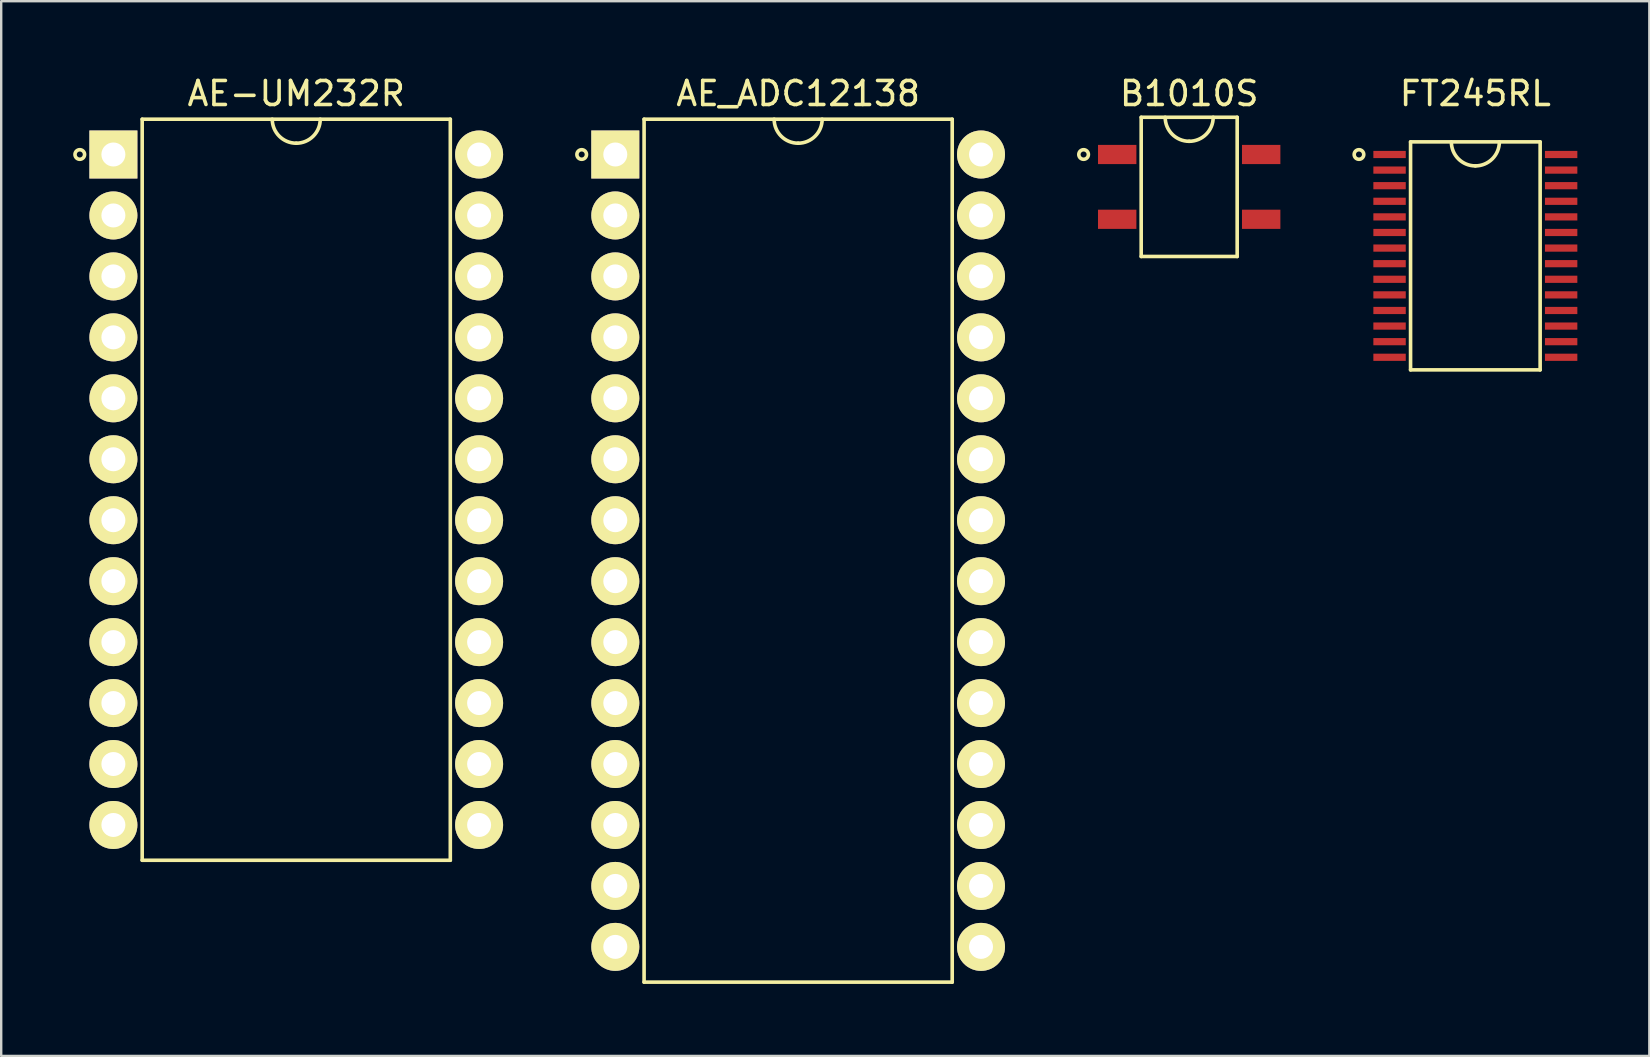
<source format=kicad_pcb>
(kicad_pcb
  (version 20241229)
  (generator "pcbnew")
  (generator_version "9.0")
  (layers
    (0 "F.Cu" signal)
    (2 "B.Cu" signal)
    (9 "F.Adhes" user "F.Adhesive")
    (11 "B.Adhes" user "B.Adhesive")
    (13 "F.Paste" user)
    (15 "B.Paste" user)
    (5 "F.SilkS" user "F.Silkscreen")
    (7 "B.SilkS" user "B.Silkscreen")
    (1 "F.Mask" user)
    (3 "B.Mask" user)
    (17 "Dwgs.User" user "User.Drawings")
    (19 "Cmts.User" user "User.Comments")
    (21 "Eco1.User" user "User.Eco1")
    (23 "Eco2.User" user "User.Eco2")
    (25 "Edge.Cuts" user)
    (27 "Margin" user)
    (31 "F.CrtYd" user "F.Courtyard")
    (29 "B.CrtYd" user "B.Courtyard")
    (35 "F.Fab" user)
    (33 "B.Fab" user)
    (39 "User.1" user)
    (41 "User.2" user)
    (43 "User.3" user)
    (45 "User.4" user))
  (footprint "B1010S"
    (layer "F.Cu")
    (at 43.505 3.388)
    (property "Reference" "B1010S" (at 3 -2.54 0) (layer "F.SilkS") (effects (font (size 1 1) (thickness 0.15))))
    (attr through_hole)
    (fp_line (start 1 -1.55) (end 5 -1.55) (stroke (width 0.15) (type solid)) (layer "F.SilkS"))
    (fp_line (start 1 4.25) (end 1 -1.55) (stroke (width 0.15) (type solid)) (layer "F.SilkS"))
    (fp_line (start 5 -1.55) (end 5 4.25) (stroke (width 0.15) (type solid)) (layer "F.SilkS"))
    (fp_line (start 5 4.25) (end 1 4.25) (stroke (width 0.15) (type solid)) (layer "F.SilkS"))
    (fp_arc (start 3 -0.55) (mid 2.292893 -0.842893) (end 2 -1.55) (stroke (width 0.15) (type solid)) (layer "F.SilkS"))
    (fp_arc (start 4 -1.55) (mid 3.707107 -0.842893) (end 3 -0.55) (stroke (width 0.15) (type solid)) (layer "F.SilkS"))
    (fp_circle (center -1.4 0) (end -1.4 0.2) (stroke (width 0.15) (type solid)) (fill no) (layer "F.SilkS"))
    (pad "1" smd rect (at 0 0) (size 1.6 0.8) (layers "F.Cu" "F.Mask" "F.Paste"))
    (pad "2" smd rect (at 0 2.7) (size 1.6 0.8) (layers "F.Cu" "F.Mask" "F.Paste"))
    (pad "3" smd rect (at 6 2.7) (size 1.6 0.8) (layers "F.Cu" "F.Mask" "F.Paste"))
    (pad "4" smd rect (at 6 0) (size 1.6 0.8) (layers "F.Cu" "F.Mask" "F.Paste")))
  (footprint "AE_ADC12138"
    (layer "F.Cu")
    (at 22.59 3.388)
    (property "Reference" "AE_ADC12138" (at 7.62 -2.54 0) (layer "F.SilkS") (effects (font (size 1 1) (thickness 0.15))))
    (attr through_hole)
    (fp_line (start 1.2 -1.47) (end 14.04 -1.47) (stroke (width 0.15) (type solid)) (layer "F.SilkS"))
    (fp_line (start 1.2 34.49) (end 1.2 -1.47) (stroke (width 0.15) (type solid)) (layer "F.SilkS"))
    (fp_line (start 14.04 -1.47) (end 14.04 34.49) (stroke (width 0.15) (type solid)) (layer "F.SilkS"))
    (fp_line (start 14.04 34.49) (end 1.2 34.49) (stroke (width 0.15) (type solid)) (layer "F.SilkS"))
    (fp_arc (start 7.62 -0.47) (mid 6.912893 -0.762893) (end 6.62 -1.47) (stroke (width 0.15) (type solid)) (layer "F.SilkS"))
    (fp_arc (start 8.62 -1.47) (mid 8.327107 -0.762893) (end 7.62 -0.47) (stroke (width 0.15) (type solid)) (layer "F.SilkS"))
    (fp_circle (center -1.4 0) (end -1.4 0.2) (stroke (width 0.15) (type solid)) (fill no) (layer "F.SilkS"))
    (pad "1" thru_hole rect (at 0 0) (size 2 2) (drill 1) (layers "*.Cu" "*.Mask" "F.SilkS"))
    (pad "2" thru_hole circle (at 0 2.54) (size 2 2) (drill 1) (layers "*.Cu" "*.Mask" "F.SilkS"))
    (pad "3" thru_hole circle (at 0 5.08) (size 2 2) (drill 1) (layers "*.Cu" "*.Mask" "F.SilkS"))
    (pad "4" thru_hole circle (at 0 7.62) (size 2 2) (drill 1) (layers "*.Cu" "*.Mask" "F.SilkS"))
    (pad "5" thru_hole circle (at 0 10.16) (size 2 2) (drill 1) (layers "*.Cu" "*.Mask" "F.SilkS"))
    (pad "6" thru_hole circle (at 0 12.7) (size 2 2) (drill 1) (layers "*.Cu" "*.Mask" "F.SilkS"))
    (pad "7" thru_hole circle (at 0 15.24) (size 2 2) (drill 1) (layers "*.Cu" "*.Mask" "F.SilkS"))
    (pad "8" thru_hole circle (at 0 17.78) (size 2 2) (drill 1) (layers "*.Cu" "*.Mask" "F.SilkS"))
    (pad "9" thru_hole circle (at 0 20.32) (size 2 2) (drill 1) (layers "*.Cu" "*.Mask" "F.SilkS"))
    (pad "10" thru_hole circle (at 0 22.86) (size 2 2) (drill 1) (layers "*.Cu" "*.Mask" "F.SilkS"))
    (pad "11" thru_hole circle (at 0 25.4) (size 2 2) (drill 1) (layers "*.Cu" "*.Mask" "F.SilkS"))
    (pad "12" thru_hole circle (at 0 27.94) (size 2 2) (drill 1) (layers "*.Cu" "*.Mask" "F.SilkS"))
    (pad "13" thru_hole circle (at 0 30.48) (size 2 2) (drill 1) (layers "*.Cu" "*.Mask" "F.SilkS"))
    (pad "14" thru_hole circle (at 0 33.02) (size 2 2) (drill 1) (layers "*.Cu" "*.Mask" "F.SilkS"))
    (pad "15" thru_hole circle (at 15.24 33.02) (size 2 2) (drill 1) (layers "*.Cu" "*.Mask" "F.SilkS"))
    (pad "16" thru_hole circle (at 15.24 30.48) (size 2 2) (drill 1) (layers "*.Cu" "*.Mask" "F.SilkS"))
    (pad "17" thru_hole circle (at 15.24 27.94) (size 2 2) (drill 1) (layers "*.Cu" "*.Mask" "F.SilkS"))
    (pad "18" thru_hole circle (at 15.24 25.4) (size 2 2) (drill 1) (layers "*.Cu" "*.Mask" "F.SilkS"))
    (pad "19" thru_hole circle (at 15.24 22.86) (size 2 2) (drill 1) (layers "*.Cu" "*.Mask" "F.SilkS"))
    (pad "20" thru_hole circle (at 15.24 20.32) (size 2 2) (drill 1) (layers "*.Cu" "*.Mask" "F.SilkS"))
    (pad "21" thru_hole circle (at 15.24 17.78) (size 2 2) (drill 1) (layers "*.Cu" "*.Mask" "F.SilkS"))
    (pad "22" thru_hole circle (at 15.24 15.24) (size 2 2) (drill 1) (layers "*.Cu" "*.Mask" "F.SilkS"))
    (pad "23" thru_hole circle (at 15.24 12.7) (size 2 2) (drill 1) (layers "*.Cu" "*.Mask" "F.SilkS"))
    (pad "24" thru_hole circle (at 15.24 10.16) (size 2 2) (drill 1) (layers "*.Cu" "*.Mask" "F.SilkS"))
    (pad "25" thru_hole circle (at 15.24 7.62) (size 2 2) (drill 1) (layers "*.Cu" "*.Mask" "F.SilkS"))
    (pad "26" thru_hole circle (at 15.24 5.08) (size 2 2) (drill 1) (layers "*.Cu" "*.Mask" "F.SilkS"))
    (pad "27" thru_hole circle (at 15.24 2.54) (size 2 2) (drill 1) (layers "*.Cu" "*.Mask" "F.SilkS"))
    (pad "28" thru_hole circle (at 15.24 0) (size 2 2) (drill 1) (layers "*.Cu" "*.Mask" "F.SilkS")))
  (footprint "AE-UM232R"
    (layer "F.Cu")
    (at 1.675 3.388)
    (property "Reference" "AE-UM232R" (at 7.62 -2.54 0) (layer "F.SilkS") (effects (font (size 1 1) (thickness 0.15))))
    (attr through_hole)
    (fp_line (start 1.2 -1.47) (end 14.04 -1.47) (stroke (width 0.15) (type solid)) (layer "F.SilkS"))
    (fp_line (start 1.2 29.41) (end 1.2 -1.47) (stroke (width 0.15) (type solid)) (layer "F.SilkS"))
    (fp_line (start 14.04 -1.47) (end 14.04 29.41) (stroke (width 0.15) (type solid)) (layer "F.SilkS"))
    (fp_line (start 14.04 29.41) (end 1.2 29.41) (stroke (width 0.15) (type solid)) (layer "F.SilkS"))
    (fp_arc (start 7.62 -0.47) (mid 6.912893 -0.762893) (end 6.62 -1.47) (stroke (width 0.15) (type solid)) (layer "F.SilkS"))
    (fp_arc (start 8.62 -1.47) (mid 8.327107 -0.762893) (end 7.62 -0.47) (stroke (width 0.15) (type solid)) (layer "F.SilkS"))
    (fp_circle (center -1.4 0) (end -1.4 0.2) (stroke (width 0.15) (type solid)) (fill no) (layer "F.SilkS"))
    (pad "1" thru_hole rect (at 0 0) (size 2 2) (drill 1) (layers "*.Cu" "*.Mask" "F.SilkS"))
    (pad "2" thru_hole circle (at 0 2.54) (size 2 2) (drill 1) (layers "*.Cu" "*.Mask" "F.SilkS"))
    (pad "3" thru_hole circle (at 0 5.08) (size 2 2) (drill 1) (layers "*.Cu" "*.Mask" "F.SilkS"))
    (pad "4" thru_hole circle (at 0 7.62) (size 2 2) (drill 1) (layers "*.Cu" "*.Mask" "F.SilkS"))
    (pad "5" thru_hole circle (at 0 10.16) (size 2 2) (drill 1) (layers "*.Cu" "*.Mask" "F.SilkS"))
    (pad "6" thru_hole circle (at 0 12.7) (size 2 2) (drill 1) (layers "*.Cu" "*.Mask" "F.SilkS"))
    (pad "7" thru_hole circle (at 0 15.24) (size 2 2) (drill 1) (layers "*.Cu" "*.Mask" "F.SilkS"))
    (pad "8" thru_hole circle (at 0 17.78) (size 2 2) (drill 1) (layers "*.Cu" "*.Mask" "F.SilkS"))
    (pad "9" thru_hole circle (at 0 20.32) (size 2 2) (drill 1) (layers "*.Cu" "*.Mask" "F.SilkS"))
    (pad "10" thru_hole circle (at 0 22.86) (size 2 2) (drill 1) (layers "*.Cu" "*.Mask" "F.SilkS"))
    (pad "11" thru_hole circle (at 0 25.4) (size 2 2) (drill 1) (layers "*.Cu" "*.Mask" "F.SilkS"))
    (pad "12" thru_hole circle (at 0 27.94) (size 2 2) (drill 1) (layers "*.Cu" "*.Mask" "F.SilkS"))
    (pad "13" thru_hole circle (at 15.24 27.94) (size 2 2) (drill 1) (layers "*.Cu" "*.Mask" "F.SilkS"))
    (pad "14" thru_hole circle (at 15.24 25.4) (size 2 2) (drill 1) (layers "*.Cu" "*.Mask" "F.SilkS"))
    (pad "15" thru_hole circle (at 15.24 22.86) (size 2 2) (drill 1) (layers "*.Cu" "*.Mask" "F.SilkS"))
    (pad "16" thru_hole circle (at 15.24 20.32) (size 2 2) (drill 1) (layers "*.Cu" "*.Mask" "F.SilkS"))
    (pad "17" thru_hole circle (at 15.24 17.78) (size 2 2) (drill 1) (layers "*.Cu" "*.Mask" "F.SilkS"))
    (pad "18" thru_hole circle (at 15.24 15.24) (size 2 2) (drill 1) (layers "*.Cu" "*.Mask" "F.SilkS"))
    (pad "19" thru_hole circle (at 15.24 12.7) (size 2 2) (drill 1) (layers "*.Cu" "*.Mask" "F.SilkS"))
    (pad "20" thru_hole circle (at 15.24 10.16) (size 2 2) (drill 1) (layers "*.Cu" "*.Mask" "F.SilkS"))
    (pad "21" thru_hole circle (at 15.24 7.62) (size 2 2) (drill 1) (layers "*.Cu" "*.Mask" "F.SilkS"))
    (pad "22" thru_hole circle (at 15.24 5.08) (size 2 2) (drill 1) (layers "*.Cu" "*.Mask" "F.SilkS"))
    (pad "23" thru_hole circle (at 15.24 2.54) (size 2 2) (drill 1) (layers "*.Cu" "*.Mask" "F.SilkS"))
    (pad "24" thru_hole circle (at 15.24 0) (size 2 2) (drill 1) (layers "*.Cu" "*.Mask" "F.SilkS")))
  (footprint "FT245RL"
    (layer "F.Cu")
    (at 54.855 3.388)
    (property "Reference" "FT245RL" (at 3.575 -2.54 0) (layer "F.SilkS") (effects (font (size 1 1) (thickness 0.15))))
    (attr through_hole)
    (fp_line (start 0.875 -0.525) (end 6.275 -0.525) (stroke (width 0.15) (type solid)) (layer "F.SilkS"))
    (fp_line (start 0.875 8.975) (end 0.875 -0.525) (stroke (width 0.15) (type solid)) (layer "F.SilkS"))
    (fp_line (start 6.275 -0.525) (end 6.275 8.975) (stroke (width 0.15) (type solid)) (layer "F.SilkS"))
    (fp_line (start 6.275 8.975) (end 0.875 8.975) (stroke (width 0.15) (type solid)) (layer "F.SilkS"))
    (fp_arc (start 3.575 0.475) (mid 2.867893 0.182107) (end 2.575 -0.525) (stroke (width 0.15) (type solid)) (layer "F.SilkS"))
    (fp_arc (start 4.575 -0.525) (mid 4.282107 0.182107) (end 3.575 0.475) (stroke (width 0.15) (type solid)) (layer "F.SilkS"))
    (fp_circle (center -1.275 0) (end -1.275 0.2) (stroke (width 0.15) (type solid)) (fill no) (layer "F.SilkS"))
    (pad "1" smd rect (at 0 0) (size 1.35 0.3) (layers "F.Cu" "F.Mask" "F.Paste"))
    (pad "2" smd rect (at 0 0.65) (size 1.35 0.3) (layers "F.Cu" "F.Mask" "F.Paste"))
    (pad "3" smd rect (at 0 1.3) (size 1.35 0.3) (layers "F.Cu" "F.Mask" "F.Paste"))
    (pad "4" smd rect (at 0 1.95) (size 1.35 0.3) (layers "F.Cu" "F.Mask" "F.Paste"))
    (pad "5" smd rect (at 0 2.6) (size 1.35 0.3) (layers "F.Cu" "F.Mask" "F.Paste"))
    (pad "6" smd rect (at 0 3.25) (size 1.35 0.3) (layers "F.Cu" "F.Mask" "F.Paste"))
    (pad "7" smd rect (at 0 3.9) (size 1.35 0.3) (layers "F.Cu" "F.Mask" "F.Paste"))
    (pad "8" smd rect (at 0 4.55) (size 1.35 0.3) (layers "F.Cu" "F.Mask" "F.Paste"))
    (pad "9" smd rect (at 0 5.2) (size 1.35 0.3) (layers "F.Cu" "F.Mask" "F.Paste"))
    (pad "10" smd rect (at 0 5.85) (size 1.35 0.3) (layers "F.Cu" "F.Mask" "F.Paste"))
    (pad "11" smd rect (at 0 6.5) (size 1.35 0.3) (layers "F.Cu" "F.Mask" "F.Paste"))
    (pad "12" smd rect (at 0 7.15) (size 1.35 0.3) (layers "F.Cu" "F.Mask" "F.Paste"))
    (pad "13" smd rect (at 0 7.8) (size 1.35 0.3) (layers "F.Cu" "F.Mask" "F.Paste"))
    (pad "14" smd rect (at 0 8.45) (size 1.35 0.3) (layers "F.Cu" "F.Mask" "F.Paste"))
    (pad "15" smd rect (at 7.15 8.45) (size 1.35 0.3) (layers "F.Cu" "F.Mask" "F.Paste"))
    (pad "16" smd rect (at 7.15 7.8) (size 1.35 0.3) (layers "F.Cu" "F.Mask" "F.Paste"))
    (pad "17" smd rect (at 7.15 7.15) (size 1.35 0.3) (layers "F.Cu" "F.Mask" "F.Paste"))
    (pad "18" smd rect (at 7.15 6.5) (size 1.35 0.3) (layers "F.Cu" "F.Mask" "F.Paste"))
    (pad "19" smd rect (at 7.15 5.85) (size 1.35 0.3) (layers "F.Cu" "F.Mask" "F.Paste"))
    (pad "20" smd rect (at 7.15 5.2) (size 1.35 0.3) (layers "F.Cu" "F.Mask" "F.Paste"))
    (pad "21" smd rect (at 7.15 4.55) (size 1.35 0.3) (layers "F.Cu" "F.Mask" "F.Paste"))
    (pad "22" smd rect (at 7.15 3.9) (size 1.35 0.3) (layers "F.Cu" "F.Mask" "F.Paste"))
    (pad "23" smd rect (at 7.15 3.25) (size 1.35 0.3) (layers "F.Cu" "F.Mask" "F.Paste"))
    (pad "24" smd rect (at 7.15 2.6) (size 1.35 0.3) (layers "F.Cu" "F.Mask" "F.Paste"))
    (pad "25" smd rect (at 7.15 1.95) (size 1.35 0.3) (layers "F.Cu" "F.Mask" "F.Paste"))
    (pad "26" smd rect (at 7.15 1.3) (size 1.35 0.3) (layers "F.Cu" "F.Mask" "F.Paste"))
    (pad "27" smd rect (at 7.15 0.65) (size 1.35 0.3) (layers "F.Cu" "F.Mask" "F.Paste"))
    (pad "28" smd rect (at 7.15 0) (size 1.35 0.3) (layers "F.Cu" "F.Mask" "F.Paste")))
  (gr_rect
    (start -3 -3)
    (end 65.68 40.953)
    (stroke (width 0.1) (type default))
    (fill no)
    (layer "Edge.Cuts")))
</source>
